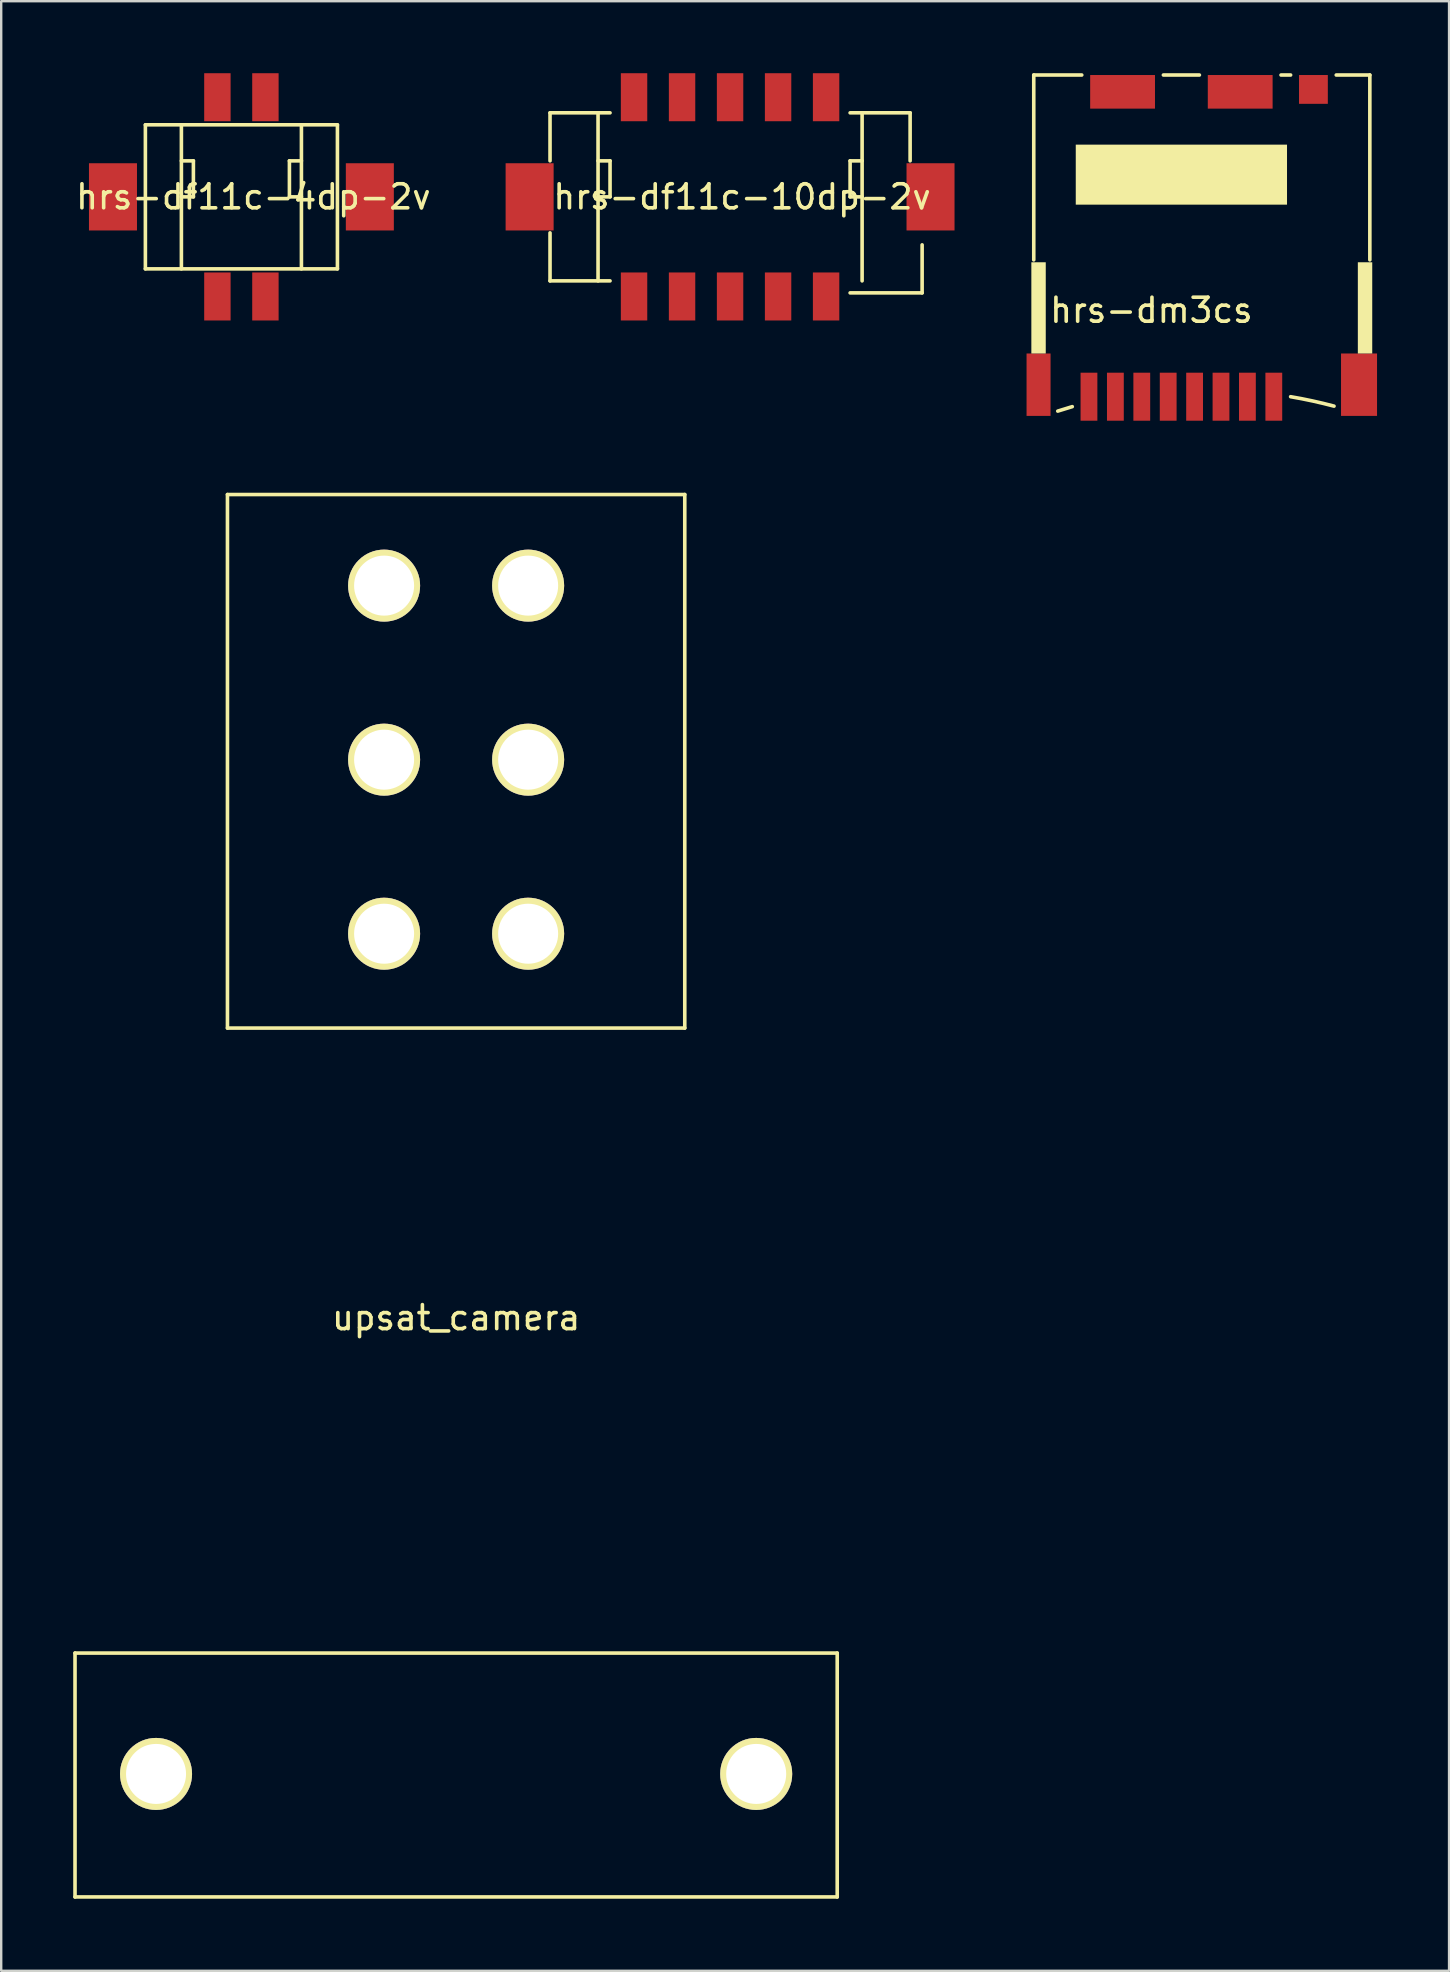
<source format=kicad_pcb>
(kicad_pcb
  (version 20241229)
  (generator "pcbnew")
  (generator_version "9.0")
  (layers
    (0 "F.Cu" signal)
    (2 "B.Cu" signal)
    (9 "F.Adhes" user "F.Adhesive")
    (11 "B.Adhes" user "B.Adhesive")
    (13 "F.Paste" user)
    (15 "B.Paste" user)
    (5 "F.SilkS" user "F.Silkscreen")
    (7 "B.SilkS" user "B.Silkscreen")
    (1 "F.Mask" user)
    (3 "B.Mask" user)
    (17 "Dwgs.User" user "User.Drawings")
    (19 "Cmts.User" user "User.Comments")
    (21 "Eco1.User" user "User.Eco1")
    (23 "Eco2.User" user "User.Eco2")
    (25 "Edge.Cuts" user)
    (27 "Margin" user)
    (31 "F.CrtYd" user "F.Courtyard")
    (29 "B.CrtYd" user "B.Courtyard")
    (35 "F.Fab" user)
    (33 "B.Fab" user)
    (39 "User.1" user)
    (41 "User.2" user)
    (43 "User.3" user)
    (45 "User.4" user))
  (footprint "hrs-dm3cs"
    (layer "F.Cu")
    (at 50.012 13.475)
    (property "Reference" "hrs-dm3cs" (at -5.1 -3.6 0) (layer "F.SilkS") (effects (font (size 1 1) (thickness 0.15))))
    (attr through_hole)
    (fp_line (start -10 -13.4) (end -8 -13.4) (stroke (width 0.15) (type solid)) (layer "F.SilkS"))
    (fp_line (start -10 -5.7) (end -10 -13.4) (stroke (width 0.15) (type solid)) (layer "F.SilkS"))
    (fp_line (start -4.6 -13.4) (end -3.1 -13.4) (stroke (width 0.15) (type solid)) (layer "F.SilkS"))
    (fp_line (start 0.3 -13.4) (end 0.7 -13.4) (stroke (width 0.15) (type solid)) (layer "F.SilkS"))
    (fp_line (start 4 -13.4) (end 2.6 -13.4) (stroke (width 0.15) (type solid)) (layer "F.SilkS"))
    (fp_line (start 4 -5.7) (end 4 -13.4) (stroke (width 0.15) (type solid)) (layer "F.SilkS"))
    (fp_arc (start -9 0.6) (mid -8.698667 0.504719) (end -8.395894 0.414118) (stroke (width 0.15) (type solid)) (layer "F.SilkS"))
    (fp_arc (start 0.7 0) (mid 1.608541 0.175861) (end 2.508117 0.392973) (stroke (width 0.15) (type solid)) (layer "F.SilkS"))
    (pad "" smd rect (at -9.8 -3.7) (size 0.6 3.8) (layers "F.SilkS"))
    (pad "" smd rect (at -9.8 -0.5) (size 1 2.6) (layers "F.Cu" "F.Mask" "F.Paste"))
    (pad "" smd rect (at -6.3 -12.7) (size 2.7 1.4) (layers "F.Cu" "F.Mask" "F.Paste"))
    (pad "" smd rect (at -3.85 -9.25) (size 8.8 2.5) (layers "F.SilkS"))
    (pad "" smd rect (at -1.4 -12.7) (size 2.7 1.4) (layers "F.Cu" "F.Mask" "F.Paste"))
    (pad "" smd rect (at 1.65 -12.8) (size 1.2 1.2) (layers "F.Cu" "F.Mask" "F.Paste"))
    (pad "" smd rect (at 3.55 -0.5) (size 1.5 2.6) (layers "F.Cu" "F.Mask" "F.Paste"))
    (pad "" smd rect (at 3.8 -3.7) (size 0.6 3.8) (layers "F.SilkS"))
    (pad "1" smd rect (at 0 0) (size 0.7 2) (layers "F.Cu" "F.Mask" "F.Paste"))
    (pad "2" smd rect (at -1.1 0) (size 0.7 2) (layers "F.Cu" "F.Mask" "F.Paste"))
    (pad "3" smd rect (at -2.2 0) (size 0.7 2) (layers "F.Cu" "F.Mask" "F.Paste"))
    (pad "4" smd rect (at -3.3 0) (size 0.7 2) (layers "F.Cu" "F.Mask" "F.Paste"))
    (pad "5" smd rect (at -4.4 0) (size 0.7 2) (layers "F.Cu" "F.Mask" "F.Paste"))
    (pad "6" smd rect (at -5.5 0) (size 0.7 2) (layers "F.Cu" "F.Mask" "F.Paste"))
    (pad "7" smd rect (at -6.6 0) (size 0.7 2) (layers "F.Cu" "F.Mask" "F.Paste"))
    (pad "8" smd rect (at -7.7 0) (size 0.7 2) (layers "F.Cu" "F.Mask" "F.Paste")))
  (footprint "hrs-df11c-10dp-2v"
    (layer "F.Cu")
    (at 27.362 5.15)
    (property "Reference" "hrs-df11c-10dp-2v" (at 0.5 0 0) (layer "F.SilkS") (effects (font (size 1 1) (thickness 0.15))))
    (attr through_hole)
    (fp_line (start -7.5 -3.5) (end -7.5 -1.5) (stroke (width 0.15) (type solid)) (layer "F.SilkS"))
    (fp_line (start -7.5 1.5) (end -7.5 3.5) (stroke (width 0.15) (type solid)) (layer "F.SilkS"))
    (fp_line (start -7.5 3.5) (end -5 3.5) (stroke (width 0.15) (type solid)) (layer "F.SilkS"))
    (fp_line (start -5.5 -3.5) (end -5.5 3.5) (stroke (width 0.15) (type solid)) (layer "F.SilkS"))
    (fp_line (start -5.5 -1.5) (end -5 -1.5) (stroke (width 0.15) (type solid)) (layer "F.SilkS"))
    (fp_line (start -5 -3.5) (end -7.5 -3.5) (stroke (width 0.15) (type solid)) (layer "F.SilkS"))
    (fp_line (start -5 -1.5) (end -5 0) (stroke (width 0.15) (type solid)) (layer "F.SilkS"))
    (fp_line (start -5 0) (end -5.5 0) (stroke (width 0.15) (type solid)) (layer "F.SilkS"))
    (fp_line (start 5 -1.5) (end 5 0) (stroke (width 0.15) (type solid)) (layer "F.SilkS"))
    (fp_line (start 5 0) (end 5.5 0) (stroke (width 0.15) (type solid)) (layer "F.SilkS"))
    (fp_line (start 5 4) (end 8 4) (stroke (width 0.15) (type solid)) (layer "F.SilkS"))
    (fp_line (start 5.5 -1.5) (end 5 -1.5) (stroke (width 0.15) (type solid)) (layer "F.SilkS"))
    (fp_line (start 5.5 3.5) (end 5.5 -3.5) (stroke (width 0.15) (type solid)) (layer "F.SilkS"))
    (fp_line (start 7.5 -3.5) (end 5 -3.5) (stroke (width 0.15) (type solid)) (layer "F.SilkS"))
    (fp_line (start 7.5 -1.5) (end 7.5 -3.5) (stroke (width 0.15) (type solid)) (layer "F.SilkS"))
    (fp_line (start 8 4) (end 8 2) (stroke (width 0.15) (type solid)) (layer "F.SilkS"))
    (pad "" smd rect (at -8.35 0) (size 2 2.8) (layers "F.Cu" "F.Mask" "F.Paste"))
    (pad "" smd rect (at 8.35 0) (size 2 2.8) (layers "F.Cu" "F.Mask" "F.Paste"))
    (pad "1" smd rect (at 4 4.15) (size 1.1 2) (layers "F.Cu" "F.Mask" "F.Paste"))
    (pad "2" smd rect (at 4 -4.15) (size 1.1 2) (layers "F.Cu" "F.Mask" "F.Paste"))
    (pad "3" smd rect (at 2 4.15) (size 1.1 2) (layers "F.Cu" "F.Mask" "F.Paste"))
    (pad "4" smd rect (at 2 -4.15) (size 1.1 2) (layers "F.Cu" "F.Mask" "F.Paste"))
    (pad "5" smd rect (at 0 4.15) (size 1.1 2) (layers "F.Cu" "F.Mask" "F.Paste"))
    (pad "6" smd rect (at 0 -4.15) (size 1.1 2) (layers "F.Cu" "F.Mask" "F.Paste"))
    (pad "7" smd rect (at -2 4.15) (size 1.1 2) (layers "F.Cu" "F.Mask" "F.Paste"))
    (pad "8" smd rect (at -2 -4.15) (size 1.1 2) (layers "F.Cu" "F.Mask" "F.Paste"))
    (pad "9" smd rect (at -4 4.15) (size 1.1 2) (layers "F.Cu" "F.Mask" "F.Paste"))
    (pad "10" smd rect (at -4 -4.15) (size 1.1 2) (layers "F.Cu" "F.Mask" "F.Paste")))
  (footprint "upsat_camera"
    (layer "F.Cu")
    (at 15.95 41.045)
    (property "Reference" "upsat_camera" (at 0 10.795 0) (layer "F.SilkS") (effects (font (size 1 1) (thickness 0.15))))
    (attr through_hole)
    (fp_line (start -15.875 24.765) (end 15.875 24.765) (stroke (width 0.15) (type solid)) (layer "F.SilkS"))
    (fp_line (start -15.875 34.925) (end -15.875 24.765) (stroke (width 0.15) (type solid)) (layer "F.SilkS"))
    (fp_line (start -9.525 -23.495) (end 9.525 -23.495) (stroke (width 0.15) (type solid)) (layer "F.SilkS"))
    (fp_line (start -9.525 -1.27) (end -9.525 -23.495) (stroke (width 0.15) (type solid)) (layer "F.SilkS"))
    (fp_line (start 9.525 -23.495) (end 9.525 -1.27) (stroke (width 0.15) (type solid)) (layer "F.SilkS"))
    (fp_line (start 9.525 -1.27) (end -9.525 -1.27) (stroke (width 0.15) (type solid)) (layer "F.SilkS"))
    (fp_line (start 15.875 24.765) (end 15.875 34.925) (stroke (width 0.15) (type solid)) (layer "F.SilkS"))
    (fp_line (start 15.875 34.925) (end -15.875 34.925) (stroke (width 0.15) (type solid)) (layer "F.SilkS"))
    (pad "1" thru_hole circle (at -3 -19.7) (size 3 3) (drill 2.5) (layers "*.Cu" "*.Mask" "F.SilkS"))
    (pad "2" thru_hole circle (at 3 -19.7) (size 3 3) (drill 2.5) (layers "*.Cu" "*.Mask" "F.SilkS"))
    (pad "3" thru_hole circle (at 3 -12.45) (size 3 3) (drill 2.5) (layers "*.Cu" "*.Mask" "F.SilkS"))
    (pad "4" thru_hole circle (at -3 -12.45) (size 3 3) (drill 2.5) (layers "*.Cu" "*.Mask" "F.SilkS"))
    (pad "5" thru_hole circle (at -3 -5.2) (size 3 3) (drill 2.5) (layers "*.Cu" "*.Mask" "F.SilkS"))
    (pad "6" thru_hole circle (at 3 -5.2) (size 3 3) (drill 2.5) (layers "*.Cu" "*.Mask" "F.SilkS"))
    (pad "7" thru_hole circle (at -12.5 29.8) (size 3 3) (drill 2.5) (layers "*.Cu" "*.Mask" "F.SilkS"))
    (pad "8" thru_hole circle (at 12.5 29.8) (size 3 3) (drill 2.5) (layers "*.Cu" "*.Mask" "F.SilkS")))
  (footprint "hrs-df11c-4dp-2v"
    (layer "F.Cu")
    (at 7.006 5.15)
    (property "Reference" "hrs-df11c-4dp-2v" (at 0.5 0 0) (layer "F.SilkS") (effects (font (size 1 1) (thickness 0.15))))
    (attr through_hole)
    (fp_line (start -4 -3) (end -4 3) (stroke (width 0.15) (type solid)) (layer "F.SilkS"))
    (fp_line (start -4 3) (end 4 3) (stroke (width 0.15) (type solid)) (layer "F.SilkS"))
    (fp_line (start -2.5 -3) (end -2.5 3) (stroke (width 0.15) (type solid)) (layer "F.SilkS"))
    (fp_line (start -2.5 -1.5) (end -2 -1.5) (stroke (width 0.15) (type solid)) (layer "F.SilkS"))
    (fp_line (start -2 -1.5) (end -2 0) (stroke (width 0.15) (type solid)) (layer "F.SilkS"))
    (fp_line (start -2 0) (end -2.5 0) (stroke (width 0.15) (type solid)) (layer "F.SilkS"))
    (fp_line (start 2 -1.5) (end 2 0) (stroke (width 0.15) (type solid)) (layer "F.SilkS"))
    (fp_line (start 2 0) (end 2.5 0) (stroke (width 0.15) (type solid)) (layer "F.SilkS"))
    (fp_line (start 2.5 -3) (end 2.5 3) (stroke (width 0.15) (type solid)) (layer "F.SilkS"))
    (fp_line (start 2.5 -1.5) (end 2 -1.5) (stroke (width 0.15) (type solid)) (layer "F.SilkS"))
    (fp_line (start 4 -3) (end -4 -3) (stroke (width 0.15) (type solid)) (layer "F.SilkS"))
    (fp_line (start 4 3) (end 4 -3) (stroke (width 0.15) (type solid)) (layer "F.SilkS"))
    (pad "" smd rect (at -5.35 0) (size 2 2.8) (layers "F.Cu" "F.Mask" "F.Paste"))
    (pad "" smd rect (at 5.35 0) (size 2 2.8) (layers "F.Cu" "F.Mask" "F.Paste"))
    (pad "1" smd rect (at 1 4.15) (size 1.1 2) (layers "F.Cu" "F.Mask" "F.Paste"))
    (pad "2" smd rect (at 1 -4.15) (size 1.1 2) (layers "F.Cu" "F.Mask" "F.Paste"))
    (pad "3" smd rect (at -1 4.15) (size 1.1 2) (layers "F.Cu" "F.Mask" "F.Paste"))
    (pad "4" smd rect (at -1 -4.15) (size 1.1 2) (layers "F.Cu" "F.Mask" "F.Paste")))
  (gr_rect
    (start -3 -3)
    (end 57.312 79.045)
    (stroke (width 0.1) (type default))
    (fill no)
    (layer "Edge.Cuts")))
</source>
